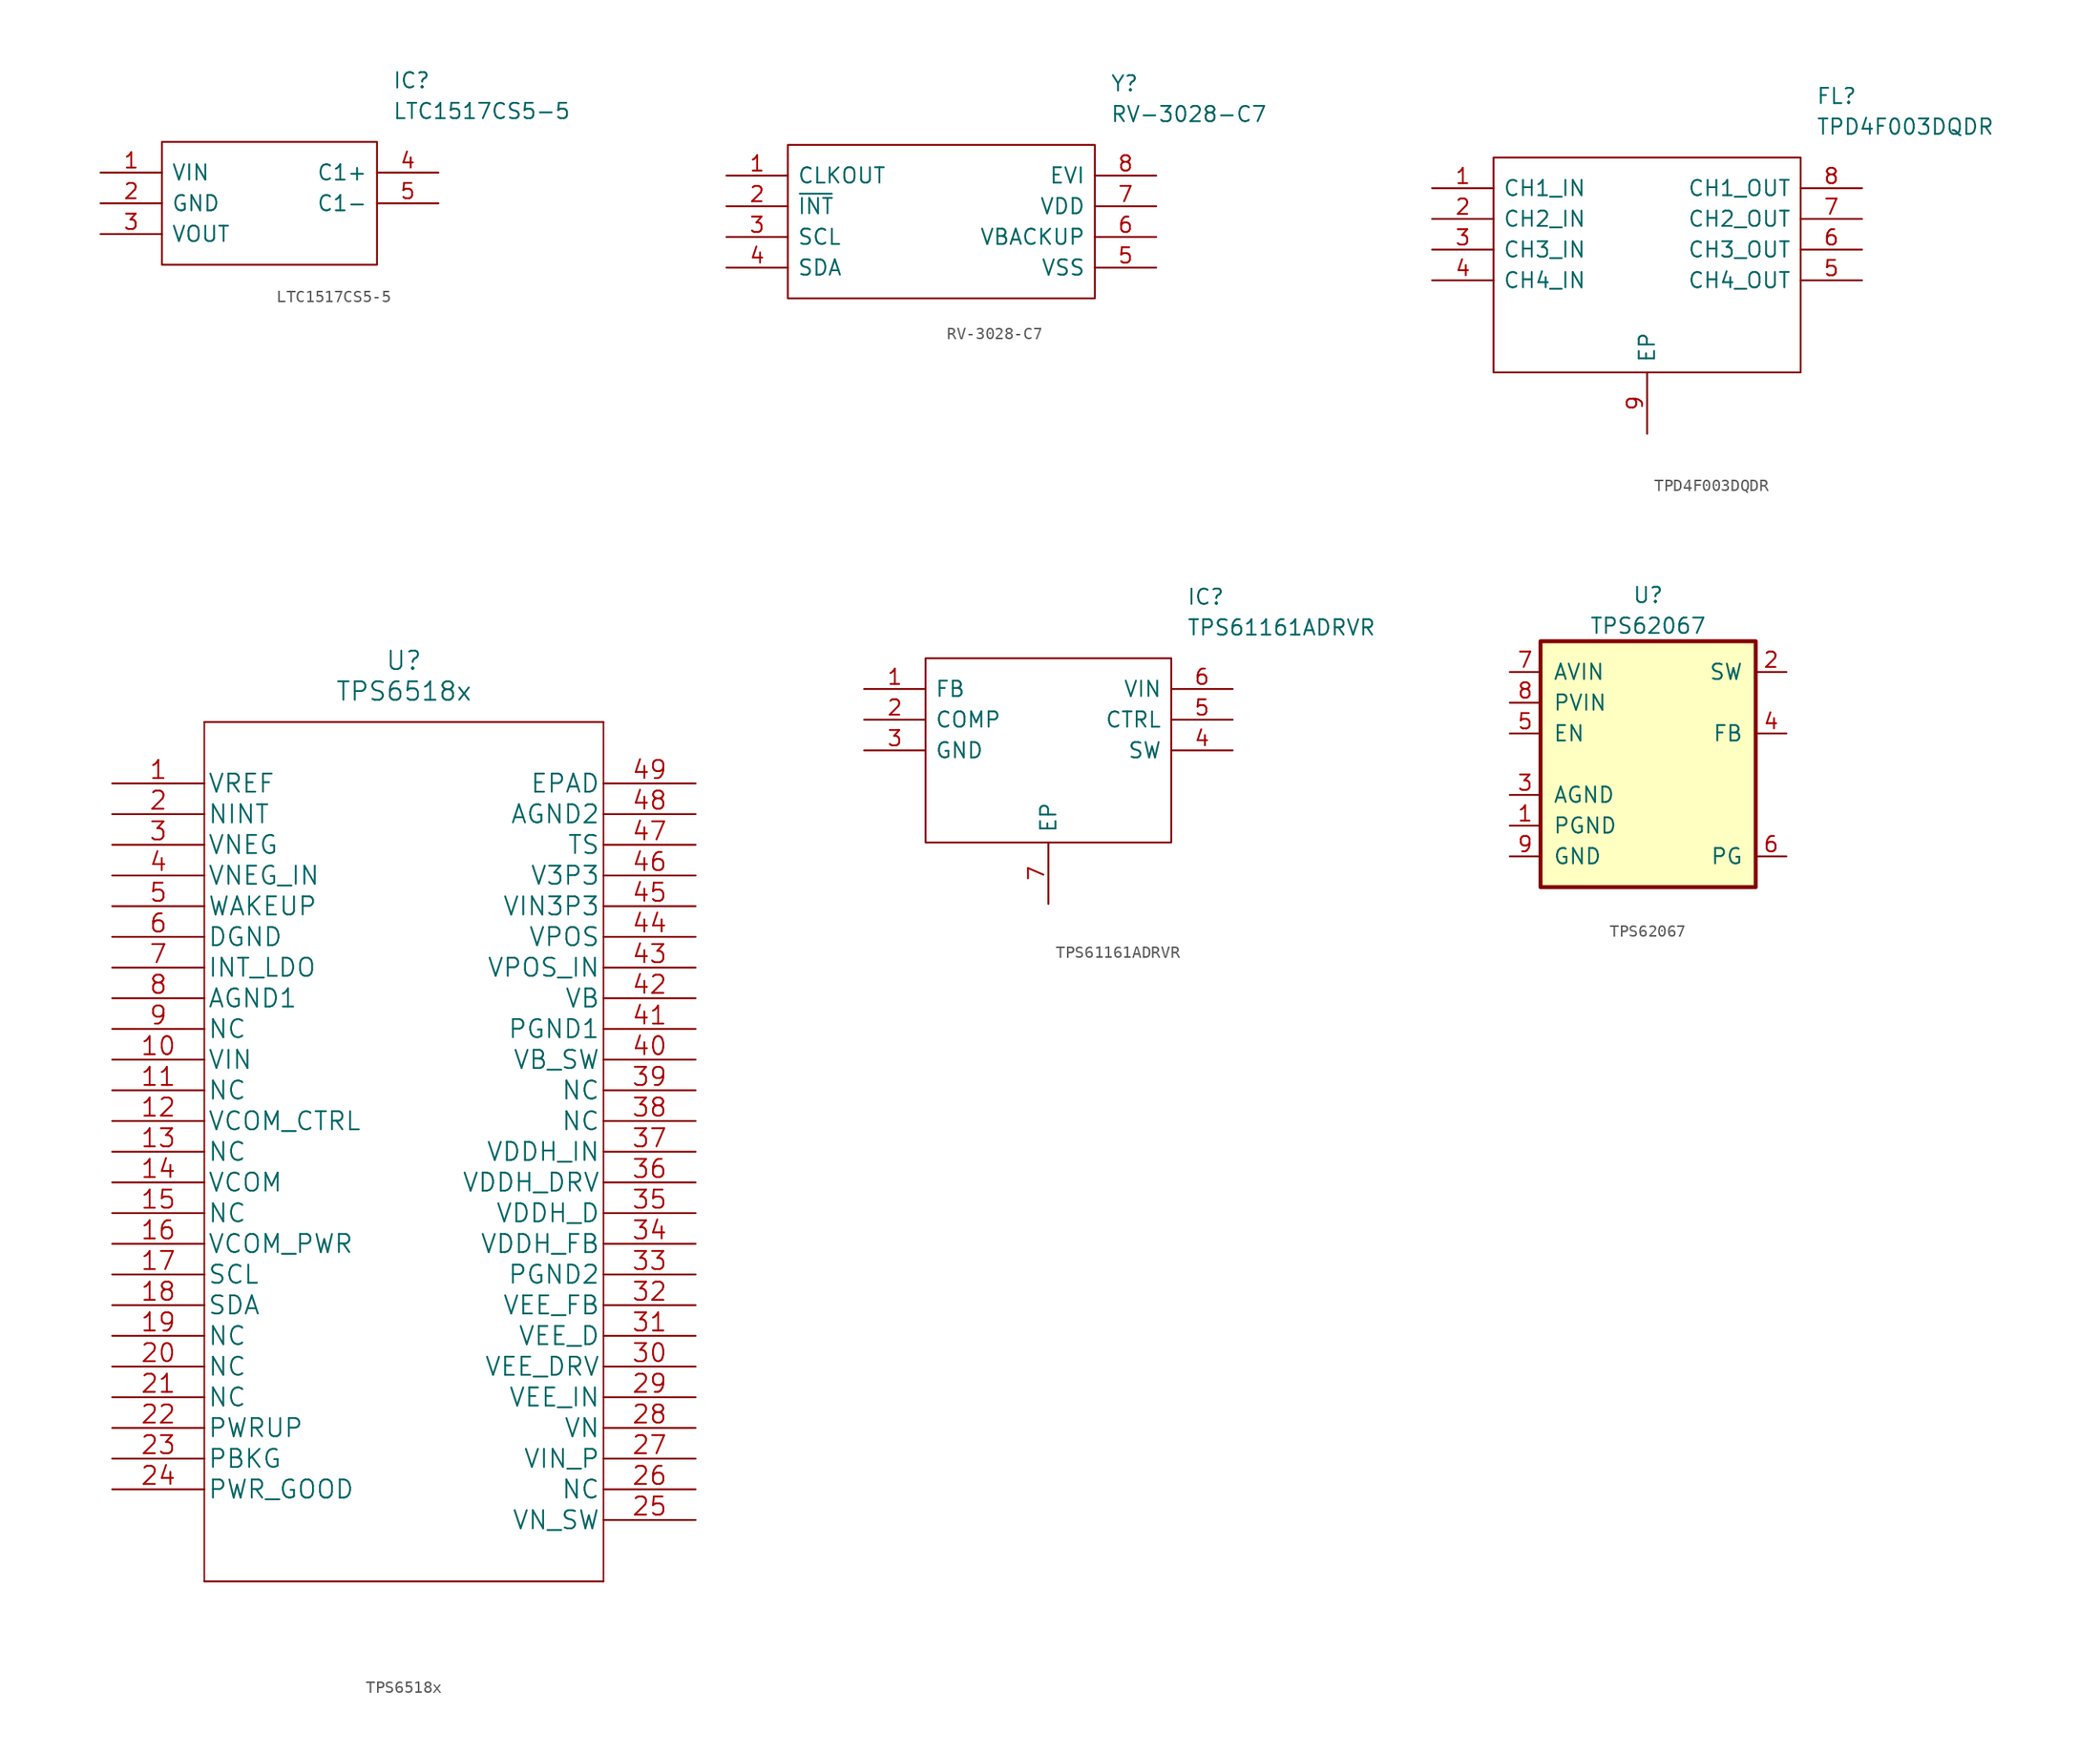
<source format=kicad_sym>
(kicad_symbol_lib
  (version 20201005)
  (generator kicad_symbol_editor)
  (symbol "IC_library:LTC1517CS5-5"
    (pin_names
      (offset 0.762))
    (property "Reference" "IC"
      (at 24.13 7.62 0)
      (effects (font (size 1.27 1.27)) (justify left)))
    (property "Value" "LTC1517CS5-5"
      (at 24.13 5.08 0)
      (effects (font (size 1.27 1.27)) (justify left)))
    (symbol "LTC1517CS5-5_0_0"
      (pin passive line (at 0 0 0) (length 5.08) (name "VIN" (effects (font (size 1.27 1.27)))) (number "1" (effects (font (size 1.27 1.27)))))
      (pin passive line (at 0 -2.54 0) (length 5.08) (name "GND" (effects (font (size 1.27 1.27)))) (number "2" (effects (font (size 1.27 1.27)))))
      (pin passive line (at 0 -5.08 0) (length 5.08) (name "VOUT" (effects (font (size 1.27 1.27)))) (number "3" (effects (font (size 1.27 1.27)))))
      (pin passive line (at 27.94 0 180) (length 5.08) (name "C1+" (effects (font (size 1.27 1.27)))) (number "4" (effects (font (size 1.27 1.27)))))
      (pin passive line (at 27.94 -2.54 180) (length 5.08) (name "C1-" (effects (font (size 1.27 1.27)))) (number "5" (effects (font (size 1.27 1.27))))))
    (symbol "LTC1517CS5-5_0_1"
      (polyline (pts (xy 5.08 2.54) (xy 22.86 2.54) (xy 22.86 -7.62) (xy 5.08 -7.62) (xy 5.08 2.54)) (stroke (width 0.152)) (fill (type none)))))
  (symbol "IC_library:RV-3028-C7"
    (pin_names
      (offset 0.762))
    (property "Reference" "Y"
      (at 31.75 7.62 0)
      (effects (font (size 1.27 1.27)) (justify left)))
    (property "Value" "RV-3028-C7"
      (at 31.75 5.08 0)
      (effects (font (size 1.27 1.27)) (justify left)))
    (symbol "RV-3028-C7_0_0"
      (pin passive line (at 0 0 0) (length 5.08) (name "CLKOUT" (effects (font (size 1.27 1.27)))) (number "1" (effects (font (size 1.27 1.27)))))
      (pin passive line (at 0 -2.54 0) (length 5.08) (name "~INT" (effects (font (size 1.27 1.27)))) (number "2" (effects (font (size 1.27 1.27)))))
      (pin passive line (at 0 -5.08 0) (length 5.08) (name "SCL" (effects (font (size 1.27 1.27)))) (number "3" (effects (font (size 1.27 1.27)))))
      (pin passive line (at 0 -7.62 0) (length 5.08) (name "SDA" (effects (font (size 1.27 1.27)))) (number "4" (effects (font (size 1.27 1.27)))))
      (pin passive line (at 35.56 -7.62 180) (length 5.08) (name "VSS" (effects (font (size 1.27 1.27)))) (number "5" (effects (font (size 1.27 1.27)))))
      (pin passive line (at 35.56 -5.08 180) (length 5.08) (name "VBACKUP" (effects (font (size 1.27 1.27)))) (number "6" (effects (font (size 1.27 1.27)))))
      (pin passive line (at 35.56 -2.54 180) (length 5.08) (name "VDD" (effects (font (size 1.27 1.27)))) (number "7" (effects (font (size 1.27 1.27)))))
      (pin passive line (at 35.56 0 180) (length 5.08) (name "EVI" (effects (font (size 1.27 1.27)))) (number "8" (effects (font (size 1.27 1.27))))))
    (symbol "RV-3028-C7_0_1"
      (polyline (pts (xy 5.08 2.54) (xy 30.48 2.54) (xy 30.48 -10.16) (xy 5.08 -10.16) (xy 5.08 2.54)) (stroke (width 0.152)) (fill (type none)))))
  (symbol "IC_library:TPD4F003DQDR"
    (pin_names
      (offset 0.762))
    (property "Reference" "FL"
      (at 31.75 7.62 0)
      (effects (font (size 1.27 1.27)) (justify left)))
    (property "Value" "TPD4F003DQDR"
      (at 31.75 5.08 0)
      (effects (font (size 1.27 1.27)) (justify left)))
    (symbol "TPD4F003DQDR_0_0"
      (pin passive line (at 0 0 0) (length 5.08) (name "CH1_IN" (effects (font (size 1.27 1.27)))) (number "1" (effects (font (size 1.27 1.27)))))
      (pin passive line (at 0 -2.54 0) (length 5.08) (name "CH2_IN" (effects (font (size 1.27 1.27)))) (number "2" (effects (font (size 1.27 1.27)))))
      (pin passive line (at 0 -5.08 0) (length 5.08) (name "CH3_IN" (effects (font (size 1.27 1.27)))) (number "3" (effects (font (size 1.27 1.27)))))
      (pin passive line (at 0 -7.62 0) (length 5.08) (name "CH4_IN" (effects (font (size 1.27 1.27)))) (number "4" (effects (font (size 1.27 1.27)))))
      (pin passive line (at 17.78 -20.32 90) (length 5.08) (name "EP" (effects (font (size 1.27 1.27)))) (number "9" (effects (font (size 1.27 1.27)))))
      (pin passive line (at 35.56 0 180) (length 5.08) (name "CH1_OUT" (effects (font (size 1.27 1.27)))) (number "8" (effects (font (size 1.27 1.27)))))
      (pin passive line (at 35.56 -2.54 180) (length 5.08) (name "CH2_OUT" (effects (font (size 1.27 1.27)))) (number "7" (effects (font (size 1.27 1.27)))))
      (pin passive line (at 35.56 -5.08 180) (length 5.08) (name "CH3_OUT" (effects (font (size 1.27 1.27)))) (number "6" (effects (font (size 1.27 1.27)))))
      (pin passive line (at 35.56 -7.62 180) (length 5.08) (name "CH4_OUT" (effects (font (size 1.27 1.27)))) (number "5" (effects (font (size 1.27 1.27))))))
    (symbol "TPD4F003DQDR_0_1"
      (polyline (pts (xy 5.08 2.54) (xy 30.48 2.54) (xy 30.48 -15.24) (xy 5.08 -15.24) (xy 5.08 2.54)) (stroke (width 0.152)) (fill (type none)))))
  (symbol "IC_library:TPS6518x"
    (pin_names
      (offset 0.254))
    (property "Reference" "U"
      (at 24.13 10.16 0)
      (effects (font (size 1.524 1.524))))
    (property "Value" "TPS6518x"
      (at 24.13 7.62 0)
      (effects (font (size 1.524 1.524))))
    (property "Datasheet" ""
      (at 0 0 0)
      (effects (font (size 1.524 1.524))))
    (symbol "TPS6518x_0_1"
      (polyline (pts (xy 7.62 -66.04) (xy 40.64 -66.04)) (stroke (width 0)) (fill (type none)))
      (polyline (pts (xy 40.64 5.08) (xy 7.62 5.08)) (stroke (width 0)) (fill (type none))))
    (symbol "TPS6518x_1_1"
      (polyline (pts (xy 7.62 5.08) (xy 7.62 -66.04)) (stroke (width 0.127)) (fill (type none)))
      (polyline (pts (xy 40.64 -66.04) (xy 40.64 5.08)) (stroke (width 0.127)) (fill (type none)))
      (pin output line (at 0 0 0) (length 7.62) (name "VREF" (effects (font (size 1.499 1.499)))) (number "1" (effects (font (size 1.499 1.499)))))
      (pin input line (at 0 -22.86 0) (length 7.62) (name "VIN" (effects (font (size 1.499 1.499)))) (number "10" (effects (font (size 1.499 1.499)))))
      (pin unspecified line (at 0 -25.4 0) (length 7.62) (name "NC" (effects (font (size 1.499 1.499)))) (number "11" (effects (font (size 1.499 1.499)))))
      (pin input line (at 0 -27.94 0) (length 7.62) (name "VCOM_CTRL" (effects (font (size 1.499 1.499)))) (number "12" (effects (font (size 1.499 1.499)))))
      (pin unspecified line (at 0 -30.48 0) (length 7.62) (name "NC" (effects (font (size 1.499 1.499)))) (number "13" (effects (font (size 1.499 1.499)))))
      (pin output line (at 0 -33.02 0) (length 7.62) (name "VCOM" (effects (font (size 1.499 1.499)))) (number "14" (effects (font (size 1.499 1.499)))))
      (pin unspecified line (at 0 -35.56 0) (length 7.62) (name "NC" (effects (font (size 1.499 1.499)))) (number "15" (effects (font (size 1.499 1.499)))))
      (pin input line (at 0 -38.1 0) (length 7.62) (name "VCOM_PWR" (effects (font (size 1.499 1.499)))) (number "16" (effects (font (size 1.499 1.499)))))
      (pin input line (at 0 -40.64 0) (length 7.62) (name "SCL" (effects (font (size 1.499 1.499)))) (number "17" (effects (font (size 1.499 1.499)))))
      (pin bidirectional line (at 0 -43.18 0) (length 7.62) (name "SDA" (effects (font (size 1.499 1.499)))) (number "18" (effects (font (size 1.499 1.499)))))
      (pin unspecified line (at 0 -45.72 0) (length 7.62) (name "NC" (effects (font (size 1.499 1.499)))) (number "19" (effects (font (size 1.499 1.499)))))
      (pin output line (at 0 -2.54 0) (length 7.62) (name "NINT" (effects (font (size 1.499 1.499)))) (number "2" (effects (font (size 1.499 1.499)))))
      (pin unspecified line (at 0 -48.26 0) (length 7.62) (name "NC" (effects (font (size 1.499 1.499)))) (number "20" (effects (font (size 1.499 1.499)))))
      (pin unspecified line (at 0 -50.8 0) (length 7.62) (name "NC" (effects (font (size 1.499 1.499)))) (number "21" (effects (font (size 1.499 1.499)))))
      (pin input line (at 0 -53.34 0) (length 7.62) (name "PWRUP" (effects (font (size 1.499 1.499)))) (number "22" (effects (font (size 1.499 1.499)))))
      (pin unspecified line (at 0 -55.88 0) (length 7.62) (name "PBKG" (effects (font (size 1.499 1.499)))) (number "23" (effects (font (size 1.499 1.499)))))
      (pin output line (at 0 -58.42 0) (length 7.62) (name "PWR_GOOD" (effects (font (size 1.499 1.499)))) (number "24" (effects (font (size 1.499 1.499)))))
      (pin output line (at 48.26 -60.96 180) (length 7.62) (name "VN_SW" (effects (font (size 1.499 1.499)))) (number "25" (effects (font (size 1.499 1.499)))))
      (pin unspecified line (at 48.26 -58.42 180) (length 7.62) (name "NC" (effects (font (size 1.499 1.499)))) (number "26" (effects (font (size 1.499 1.499)))))
      (pin input line (at 48.26 -55.88 180) (length 7.62) (name "VIN_P" (effects (font (size 1.499 1.499)))) (number "27" (effects (font (size 1.499 1.499)))))
      (pin input line (at 48.26 -53.34 180) (length 7.62) (name "VN" (effects (font (size 1.499 1.499)))) (number "28" (effects (font (size 1.499 1.499)))))
      (pin input line (at 48.26 -50.8 180) (length 7.62) (name "VEE_IN" (effects (font (size 1.499 1.499)))) (number "29" (effects (font (size 1.499 1.499)))))
      (pin output line (at 0 -5.08 0) (length 7.62) (name "VNEG" (effects (font (size 1.499 1.499)))) (number "3" (effects (font (size 1.499 1.499)))))
      (pin output line (at 48.26 -48.26 180) (length 7.62) (name "VEE_DRV" (effects (font (size 1.499 1.499)))) (number "30" (effects (font (size 1.499 1.499)))))
      (pin input line (at 48.26 -45.72 180) (length 7.62) (name "VEE_D" (effects (font (size 1.499 1.499)))) (number "31" (effects (font (size 1.499 1.499)))))
      (pin input line (at 48.26 -43.18 180) (length 7.62) (name "VEE_FB" (effects (font (size 1.499 1.499)))) (number "32" (effects (font (size 1.499 1.499)))))
      (pin power_in line (at 48.26 -40.64 180) (length 7.62) (name "PGND2" (effects (font (size 1.499 1.499)))) (number "33" (effects (font (size 1.499 1.499)))))
      (pin input line (at 48.26 -38.1 180) (length 7.62) (name "VDDH_FB" (effects (font (size 1.499 1.499)))) (number "34" (effects (font (size 1.499 1.499)))))
      (pin output line (at 48.26 -35.56 180) (length 7.62) (name "VDDH_D" (effects (font (size 1.499 1.499)))) (number "35" (effects (font (size 1.499 1.499)))))
      (pin output line (at 48.26 -33.02 180) (length 7.62) (name "VDDH_DRV" (effects (font (size 1.499 1.499)))) (number "36" (effects (font (size 1.499 1.499)))))
      (pin input line (at 48.26 -30.48 180) (length 7.62) (name "VDDH_IN" (effects (font (size 1.499 1.499)))) (number "37" (effects (font (size 1.499 1.499)))))
      (pin unspecified line (at 48.26 -27.94 180) (length 7.62) (name "NC" (effects (font (size 1.499 1.499)))) (number "38" (effects (font (size 1.499 1.499)))))
      (pin unspecified line (at 48.26 -25.4 180) (length 7.62) (name "NC" (effects (font (size 1.499 1.499)))) (number "39" (effects (font (size 1.499 1.499)))))
      (pin input line (at 0 -7.62 0) (length 7.62) (name "VNEG_IN" (effects (font (size 1.499 1.499)))) (number "4" (effects (font (size 1.499 1.499)))))
      (pin output line (at 48.26 -22.86 180) (length 7.62) (name "VB_SW" (effects (font (size 1.499 1.499)))) (number "40" (effects (font (size 1.499 1.499)))))
      (pin power_in line (at 48.26 -20.32 180) (length 7.62) (name "PGND1" (effects (font (size 1.499 1.499)))) (number "41" (effects (font (size 1.499 1.499)))))
      (pin input line (at 48.26 -17.78 180) (length 7.62) (name "VB" (effects (font (size 1.499 1.499)))) (number "42" (effects (font (size 1.499 1.499)))))
      (pin input line (at 48.26 -15.24 180) (length 7.62) (name "VPOS_IN" (effects (font (size 1.499 1.499)))) (number "43" (effects (font (size 1.499 1.499)))))
      (pin output line (at 48.26 -12.7 180) (length 7.62) (name "VPOS" (effects (font (size 1.499 1.499)))) (number "44" (effects (font (size 1.499 1.499)))))
      (pin input line (at 48.26 -10.16 180) (length 7.62) (name "VIN3P3" (effects (font (size 1.499 1.499)))) (number "45" (effects (font (size 1.499 1.499)))))
      (pin output line (at 48.26 -7.62 180) (length 7.62) (name "V3P3" (effects (font (size 1.499 1.499)))) (number "46" (effects (font (size 1.499 1.499)))))
      (pin input line (at 48.26 -5.08 180) (length 7.62) (name "TS" (effects (font (size 1.499 1.499)))) (number "47" (effects (font (size 1.499 1.499)))))
      (pin power_in line (at 48.26 -2.54 180) (length 7.62) (name "AGND2" (effects (font (size 1.499 1.499)))) (number "48" (effects (font (size 1.499 1.499)))))
      (pin unspecified line (at 48.26 0 180) (length 7.62) (name "EPAD" (effects (font (size 1.499 1.499)))) (number "49" (effects (font (size 1.499 1.499)))))
      (pin input line (at 0 -10.16 0) (length 7.62) (name "WAKEUP" (effects (font (size 1.499 1.499)))) (number "5" (effects (font (size 1.499 1.499)))))
      (pin power_in line (at 0 -12.7 0) (length 7.62) (name "DGND" (effects (font (size 1.499 1.499)))) (number "6" (effects (font (size 1.499 1.499)))))
      (pin output line (at 0 -15.24 0) (length 7.62) (name "INT_LDO" (effects (font (size 1.499 1.499)))) (number "7" (effects (font (size 1.499 1.499)))))
      (pin power_in line (at 0 -17.78 0) (length 7.62) (name "AGND1" (effects (font (size 1.499 1.499)))) (number "8" (effects (font (size 1.499 1.499)))))
      (pin unspecified line (at 0 -20.32 0) (length 7.62) (name "NC" (effects (font (size 1.499 1.499)))) (number "9" (effects (font (size 1.499 1.499)))))))
  (symbol "IC_library:TPS61161ADRVR"
    (pin_names
      (offset 0.762))
    (property "Reference" "IC"
      (at 26.67 7.62 0)
      (effects (font (size 1.27 1.27)) (justify left)))
    (property "Value" "TPS61161ADRVR"
      (at 26.67 5.08 0)
      (effects (font (size 1.27 1.27)) (justify left)))
    (symbol "TPS61161ADRVR_0_0"
      (pin passive line (at 0 0 0) (length 5.08) (name "FB" (effects (font (size 1.27 1.27)))) (number "1" (effects (font (size 1.27 1.27)))))
      (pin passive line (at 0 -2.54 0) (length 5.08) (name "COMP" (effects (font (size 1.27 1.27)))) (number "2" (effects (font (size 1.27 1.27)))))
      (pin passive line (at 0 -5.08 0) (length 5.08) (name "GND" (effects (font (size 1.27 1.27)))) (number "3" (effects (font (size 1.27 1.27)))))
      (pin passive line (at 15.24 -17.78 90) (length 5.08) (name "EP" (effects (font (size 1.27 1.27)))) (number "7" (effects (font (size 1.27 1.27)))))
      (pin passive line (at 30.48 0 180) (length 5.08) (name "VIN" (effects (font (size 1.27 1.27)))) (number "6" (effects (font (size 1.27 1.27)))))
      (pin passive line (at 30.48 -2.54 180) (length 5.08) (name "CTRL" (effects (font (size 1.27 1.27)))) (number "5" (effects (font (size 1.27 1.27)))))
      (pin passive line (at 30.48 -5.08 180) (length 5.08) (name "SW" (effects (font (size 1.27 1.27)))) (number "4" (effects (font (size 1.27 1.27))))))
    (symbol "TPS61161ADRVR_0_1"
      (polyline (pts (xy 5.08 2.54) (xy 25.4 2.54) (xy 25.4 -12.7) (xy 5.08 -12.7) (xy 5.08 2.54)) (stroke (width 0.152)) (fill (type none)))))
  (symbol "IC_library:TPS62067"
    (pin_names
      (offset 1.016))
    (property "Reference" "U"
      (at 0 13.97 0)
      (effects (font (size 1.27 1.27))))
    (property "Value" "TPS62067"
      (at 0 11.43 0)
      (effects (font (size 1.27 1.27))))
    (symbol "TPS62067_0_1"
      (rectangle (start -8.89 10.16) (end 8.89 -10.16) (stroke (width 0.33)) (fill (type background))))
    (symbol "TPS62067_1_1"
      (pin input line (at -11.43 -5.08 0) (length 2.54) (name "PGND" (effects (font (size 1.27 1.27)))) (number "1" (effects (font (size 1.27 1.27)))))
      (pin input line (at 11.43 7.62 180) (length 2.54) (name "SW" (effects (font (size 1.27 1.27)))) (number "2" (effects (font (size 1.27 1.27)))))
      (pin input line (at -11.43 -2.54 0) (length 2.54) (name "AGND" (effects (font (size 1.27 1.27)))) (number "3" (effects (font (size 1.27 1.27)))))
      (pin input line (at 11.43 2.54 180) (length 2.54) (name "FB" (effects (font (size 1.27 1.27)))) (number "4" (effects (font (size 1.27 1.27)))))
      (pin input line (at -11.43 2.54 0) (length 2.54) (name "EN" (effects (font (size 1.27 1.27)))) (number "5" (effects (font (size 1.27 1.27)))))
      (pin input line (at 11.43 -7.62 180) (length 2.54) (name "PG" (effects (font (size 1.27 1.27)))) (number "6" (effects (font (size 1.27 1.27)))))
      (pin input line (at -11.43 7.62 0) (length 2.54) (name "AVIN" (effects (font (size 1.27 1.27)))) (number "7" (effects (font (size 1.27 1.27)))))
      (pin input line (at -11.43 5.08 0) (length 2.54) (name "PVIN" (effects (font (size 1.27 1.27)))) (number "8" (effects (font (size 1.27 1.27)))))
      (pin input line (at -11.43 -7.62 0) (length 2.54) (name "GND" (effects (font (size 1.27 1.27)))) (number "9" (effects (font (size 1.27 1.27))))))))
</source>
